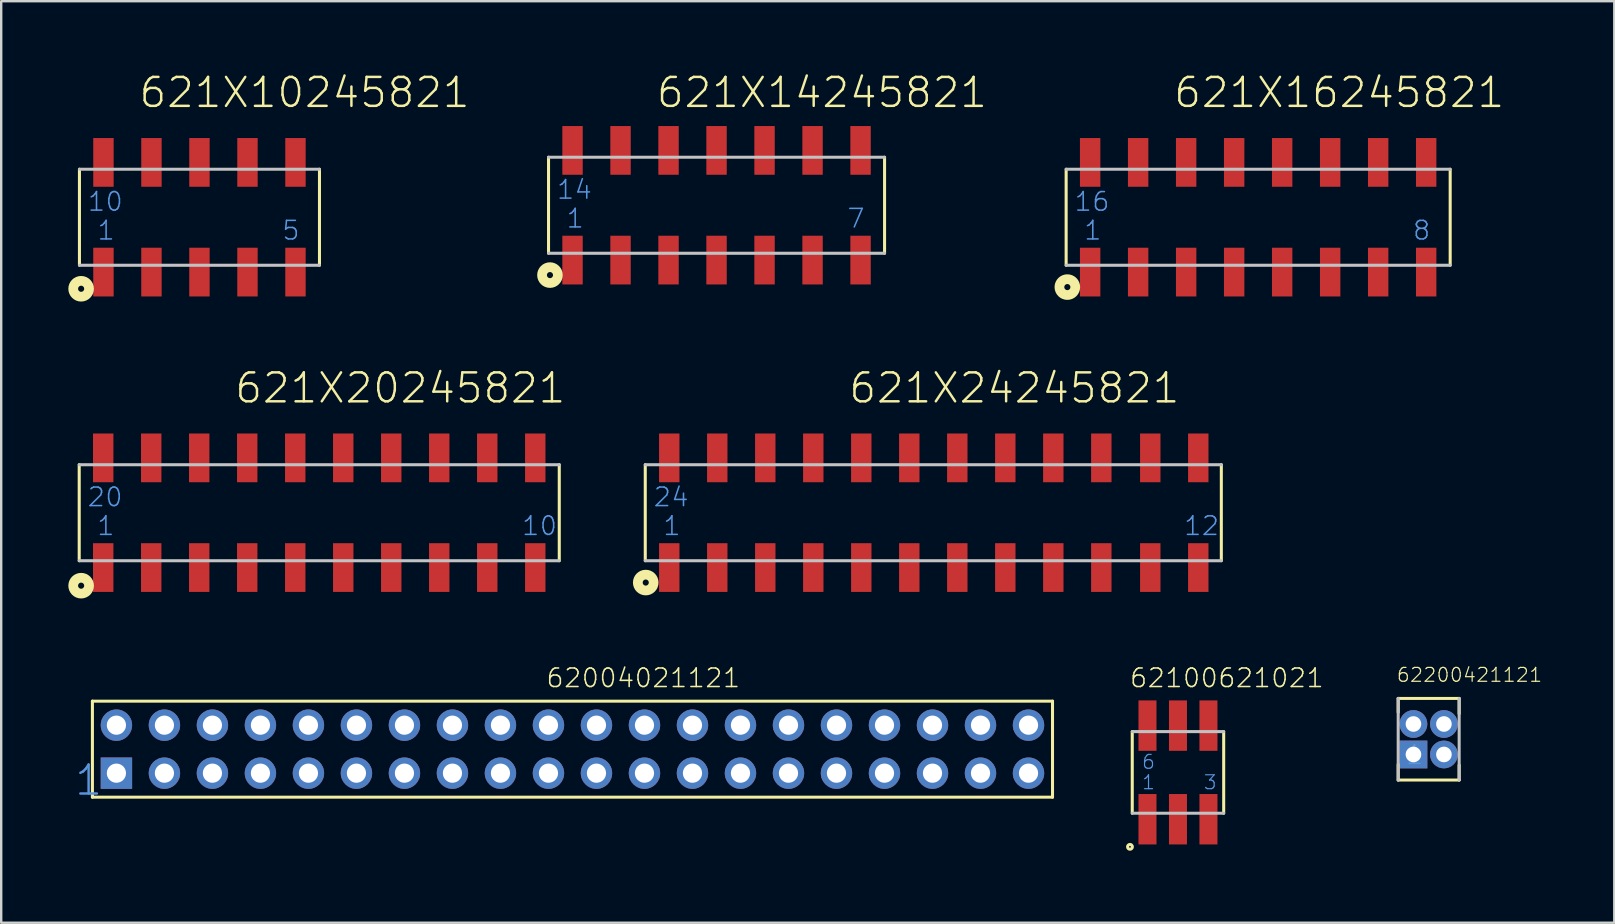
<source format=kicad_pcb>
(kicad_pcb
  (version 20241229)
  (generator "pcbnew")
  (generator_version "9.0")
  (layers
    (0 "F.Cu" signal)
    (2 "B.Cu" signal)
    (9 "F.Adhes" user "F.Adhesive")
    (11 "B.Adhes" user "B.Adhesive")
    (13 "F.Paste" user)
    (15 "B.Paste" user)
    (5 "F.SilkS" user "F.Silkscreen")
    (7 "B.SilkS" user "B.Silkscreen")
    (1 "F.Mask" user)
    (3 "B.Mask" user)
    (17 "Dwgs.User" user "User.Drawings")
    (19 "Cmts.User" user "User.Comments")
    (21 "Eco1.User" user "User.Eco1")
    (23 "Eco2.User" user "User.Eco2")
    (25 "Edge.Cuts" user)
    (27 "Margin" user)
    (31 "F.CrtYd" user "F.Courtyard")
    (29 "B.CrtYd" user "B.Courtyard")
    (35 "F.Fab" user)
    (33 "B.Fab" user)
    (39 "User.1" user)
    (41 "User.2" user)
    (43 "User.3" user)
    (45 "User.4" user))
  (footprint "621X14245821"
    (layer "F.Cu")
    (at 26.803 5.501)
    (property "Reference" "621X14245821" (at -2.567 -3.989 0) (layer "F.SilkS") (effects (font (size 1.206 1.206) (thickness 0.102)) (justify left bottom)))
    (attr through_hole)
    (fp_line (start -7 2) (end -7 -2) (stroke (width 0.127) (type solid)) (layer "F.SilkS"))
    (fp_line (start 7 -2) (end 7 2) (stroke (width 0.127) (type solid)) (layer "F.SilkS"))
    (fp_circle (center -6.94 2.91) (end -6.813 2.91) (stroke (width 0.406) (type solid)) (fill no) (layer "F.SilkS"))
    (fp_line (start -7 -2) (end 7 -2) (stroke (width 0.127) (type solid)) (layer "Dwgs.User"))
    (fp_line (start 7 2) (end -7 2) (stroke (width 0.127) (type solid)) (layer "Dwgs.User"))
    (fp_text user "1" (at -6.3 1 0) (layer "Cmts.User") (effects (font (size 0.772 0.772) (thickness 0.065)) (justify left bottom)))
    (fp_text user "14" (at -6.7 -0.2 0) (layer "Cmts.User") (effects (font (size 0.772 0.772) (thickness 0.065)) (justify left bottom)))
    (fp_text user "7" (at 5.4 1 0) (layer "Cmts.User") (effects (font (size 0.772 0.772) (thickness 0.065)) (justify left bottom)))
    (pad "1" smd rect (at -6 2.285) (size 0.85 2.03) (layers "F.Cu" "F.Mask" "F.Paste"))
    (pad "2" smd rect (at -4 2.285) (size 0.85 2.03) (layers "F.Cu" "F.Mask" "F.Paste"))
    (pad "3" smd rect (at -2 2.285) (size 0.85 2.03) (layers "F.Cu" "F.Mask" "F.Paste"))
    (pad "4" smd rect (at 0 2.285) (size 0.85 2.03) (layers "F.Cu" "F.Mask" "F.Paste"))
    (pad "5" smd rect (at 2 2.285) (size 0.85 2.03) (layers "F.Cu" "F.Mask" "F.Paste"))
    (pad "6" smd rect (at 4 2.285) (size 0.85 2.03) (layers "F.Cu" "F.Mask" "F.Paste"))
    (pad "7" smd rect (at 6 2.285) (size 0.85 2.03) (layers "F.Cu" "F.Mask" "F.Paste"))
    (pad "8" smd rect (at 6 -2.285) (size 0.85 2.03) (layers "F.Cu" "F.Mask" "F.Paste"))
    (pad "9" smd rect (at 4 -2.285) (size 0.85 2.03) (layers "F.Cu" "F.Mask" "F.Paste"))
    (pad "10" smd rect (at 2 -2.285) (size 0.85 2.03) (layers "F.Cu" "F.Mask" "F.Paste"))
    (pad "11" smd rect (at 0 -2.285) (size 0.85 2.03) (layers "F.Cu" "F.Mask" "F.Paste"))
    (pad "12" smd rect (at -2 -2.285) (size 0.85 2.03) (layers "F.Cu" "F.Mask" "F.Paste"))
    (pad "13" smd rect (at -4 -2.285) (size 0.85 2.03) (layers "F.Cu" "F.Mask" "F.Paste"))
    (pad "14" smd rect (at -6 -2.285) (size 0.85 2.03) (layers "F.Cu" "F.Mask" "F.Paste")))
  (footprint "621X24245821"
    (layer "F.Cu")
    (at 35.833 18.311)
    (property "Reference" "621X24245821" (at -3.58 -4.489 0) (layer "F.SilkS") (effects (font (size 1.206 1.206) (thickness 0.102)) (justify left bottom)))
    (attr through_hole)
    (fp_line (start -12 2) (end -12 -2) (stroke (width 0.127) (type solid)) (layer "F.SilkS"))
    (fp_line (start 12 -2) (end 12 2) (stroke (width 0.127) (type solid)) (layer "F.SilkS"))
    (fp_circle (center -11.98 2.91) (end -11.853 2.91) (stroke (width 0.406) (type solid)) (fill no) (layer "F.SilkS"))
    (fp_line (start -12 -2) (end 12 -2) (stroke (width 0.127) (type solid)) (layer "Dwgs.User"))
    (fp_line (start 12 2) (end -12 2) (stroke (width 0.127) (type solid)) (layer "Dwgs.User"))
    (fp_text user "24" (at -11.7 -0.2 0) (layer "Cmts.User") (effects (font (size 0.772 0.772) (thickness 0.065)) (justify left bottom)))
    (fp_text user "1" (at -11.3 1 0) (layer "Cmts.User") (effects (font (size 0.772 0.772) (thickness 0.065)) (justify left bottom)))
    (fp_text user "12" (at 10.4 1 0) (layer "Cmts.User") (effects (font (size 0.772 0.772) (thickness 0.065)) (justify left bottom)))
    (pad "1" smd rect (at -11 2.285) (size 0.85 2.03) (layers "F.Cu" "F.Mask" "F.Paste"))
    (pad "2" smd rect (at -9 2.285) (size 0.85 2.03) (layers "F.Cu" "F.Mask" "F.Paste"))
    (pad "3" smd rect (at -7 2.285) (size 0.85 2.03) (layers "F.Cu" "F.Mask" "F.Paste"))
    (pad "4" smd rect (at -5 2.285) (size 0.85 2.03) (layers "F.Cu" "F.Mask" "F.Paste"))
    (pad "5" smd rect (at -3 2.285) (size 0.85 2.03) (layers "F.Cu" "F.Mask" "F.Paste"))
    (pad "6" smd rect (at -1 2.285) (size 0.85 2.03) (layers "F.Cu" "F.Mask" "F.Paste"))
    (pad "7" smd rect (at 1 2.285) (size 0.85 2.03) (layers "F.Cu" "F.Mask" "F.Paste"))
    (pad "8" smd rect (at 3 2.285) (size 0.85 2.03) (layers "F.Cu" "F.Mask" "F.Paste"))
    (pad "9" smd rect (at 5 2.285) (size 0.85 2.03) (layers "F.Cu" "F.Mask" "F.Paste"))
    (pad "10" smd rect (at 7 2.285) (size 0.85 2.03) (layers "F.Cu" "F.Mask" "F.Paste"))
    (pad "11" smd rect (at 9.04 2.285) (size 0.85 2.03) (layers "F.Cu" "F.Mask" "F.Paste"))
    (pad "12" smd rect (at 11.04 2.285) (size 0.85 2.03) (layers "F.Cu" "F.Mask" "F.Paste"))
    (pad "13" smd rect (at 11.04 -2.285) (size 0.85 2.03) (layers "F.Cu" "F.Mask" "F.Paste"))
    (pad "14" smd rect (at 9.04 -2.285) (size 0.85 2.03) (layers "F.Cu" "F.Mask" "F.Paste"))
    (pad "15" smd rect (at 7 -2.285) (size 0.85 2.03) (layers "F.Cu" "F.Mask" "F.Paste"))
    (pad "16" smd rect (at 5 -2.285) (size 0.85 2.03) (layers "F.Cu" "F.Mask" "F.Paste"))
    (pad "17" smd rect (at 3 -2.285) (size 0.85 2.03) (layers "F.Cu" "F.Mask" "F.Paste"))
    (pad "18" smd rect (at 1 -2.285) (size 0.85 2.03) (layers "F.Cu" "F.Mask" "F.Paste"))
    (pad "19" smd rect (at -1 -2.285) (size 0.85 2.03) (layers "F.Cu" "F.Mask" "F.Paste"))
    (pad "20" smd rect (at -3 -2.285) (size 0.85 2.03) (layers "F.Cu" "F.Mask" "F.Paste"))
    (pad "21" smd rect (at -5 -2.285) (size 0.85 2.03) (layers "F.Cu" "F.Mask" "F.Paste"))
    (pad "22" smd rect (at -7 -2.285) (size 0.85 2.03) (layers "F.Cu" "F.Mask" "F.Paste"))
    (pad "23" smd rect (at -9 -2.285) (size 0.85 2.03) (layers "F.Cu" "F.Mask" "F.Paste"))
    (pad "24" smd rect (at -11 -2.285) (size 0.85 2.03) (layers "F.Cu" "F.Mask" "F.Paste")))
  (footprint "62200421121"
    (layer "F.Cu")
    (at 56.472 27.748)
    (property "Reference" "62200421121" (at -1.364 -2.341 0) (layer "F.SilkS") (effects (font (size 0.579 0.579) (thickness 0.049)) (justify left bottom)))
    (attr through_hole)
    (fp_line (start -1.27 -1.12) (end -1.27 -1.7) (stroke (width 0.127) (type solid)) (layer "F.SilkS"))
    (fp_line (start -1.27 1.05) (end -1.27 1.7) (stroke (width 0.127) (type solid)) (layer "F.SilkS"))
    (fp_line (start -1.27 1.7) (end 1.27 1.7) (stroke (width 0.127) (type solid)) (layer "F.SilkS"))
    (fp_line (start 1.27 -1.7) (end -1.27 -1.7) (stroke (width 0.127) (type solid)) (layer "F.SilkS"))
    (fp_line (start 1.27 -1.06) (end 1.27 -1.7) (stroke (width 0.127) (type solid)) (layer "F.SilkS"))
    (fp_line (start 1.27 1.08) (end 1.27 1.7) (stroke (width 0.127) (type solid)) (layer "F.SilkS"))
    (fp_line (start -1.27 -1.7) (end -1.27 1.7) (stroke (width 0.127) (type solid)) (layer "Dwgs.User"))
    (fp_line (start 1.27 1.7) (end 1.27 -1.7) (stroke (width 0.127) (type solid)) (layer "Dwgs.User"))
    (fp_text user "1" (at -1 1.1 0) (layer "Cmts.User") (effects (font (size 0.772 0.772) (thickness 0.065)) (justify left bottom)))
    (pad "1" thru_hole rect (at -0.635 0.635) (size 1.158 1.158) (drill 0.65) (layers "*.Cu" "*.Mask"))
    (pad "2" thru_hole circle (at 0.635 0.635) (size 1.158 1.158) (drill 0.65) (layers "*.Cu" "*.Mask"))
    (pad "3" thru_hole circle (at 0.635 -0.635) (size 1.158 1.158) (drill 0.65) (layers "*.Cu" "*.Mask"))
    (pad "4" thru_hole circle (at -0.635 -0.635) (size 1.158 1.158) (drill 0.65) (layers "*.Cu" "*.Mask")))
  (footprint "62004021121"
    (layer "F.Cu")
    (at 20.8 28.162)
    (property "Reference" "62004021121" (at -1.136 -2.513 0) (layer "F.SilkS") (effects (font (size 0.772 0.772) (thickness 0.065)) (justify left bottom)))
    (attr through_hole)
    (fp_line (start -20 -2) (end -20 2) (stroke (width 0.127) (type solid)) (layer "F.SilkS"))
    (fp_line (start -20 2) (end 20 2) (stroke (width 0.127) (type solid)) (layer "F.SilkS"))
    (fp_line (start 20 -2) (end -20 -2) (stroke (width 0.127) (type solid)) (layer "F.SilkS"))
    (fp_line (start 20 2) (end 20 -2) (stroke (width 0.127) (type solid)) (layer "F.SilkS"))
    (fp_text user "1" (at -20.8 2 0) (layer "Cmts.User") (effects (font (size 1.206 1.206) (thickness 0.102)) (justify left bottom)))
    (pad "1" thru_hole rect (at -19 1) (size 1.308 1.308) (drill 0.8) (layers "*.Cu" "*.Mask"))
    (pad "2" thru_hole circle (at -17 1) (size 1.308 1.308) (drill 0.8) (layers "*.Cu" "*.Mask"))
    (pad "3" thru_hole circle (at -15 1) (size 1.308 1.308) (drill 0.8) (layers "*.Cu" "*.Mask"))
    (pad "4" thru_hole circle (at -13 1) (size 1.308 1.308) (drill 0.8) (layers "*.Cu" "*.Mask"))
    (pad "5" thru_hole circle (at -11 1) (size 1.308 1.308) (drill 0.8) (layers "*.Cu" "*.Mask"))
    (pad "6" thru_hole circle (at -9 1) (size 1.308 1.308) (drill 0.8) (layers "*.Cu" "*.Mask"))
    (pad "7" thru_hole circle (at -7 1) (size 1.308 1.308) (drill 0.8) (layers "*.Cu" "*.Mask"))
    (pad "8" thru_hole circle (at -5 1) (size 1.308 1.308) (drill 0.8) (layers "*.Cu" "*.Mask"))
    (pad "9" thru_hole circle (at -3 1) (size 1.308 1.308) (drill 0.8) (layers "*.Cu" "*.Mask"))
    (pad "10" thru_hole circle (at -1 1) (size 1.308 1.308) (drill 0.8) (layers "*.Cu" "*.Mask"))
    (pad "11" thru_hole circle (at 1 1) (size 1.308 1.308) (drill 0.8) (layers "*.Cu" "*.Mask"))
    (pad "12" thru_hole circle (at 3 1) (size 1.308 1.308) (drill 0.8) (layers "*.Cu" "*.Mask"))
    (pad "13" thru_hole circle (at 5 1) (size 1.308 1.308) (drill 0.8) (layers "*.Cu" "*.Mask"))
    (pad "14" thru_hole circle (at 7 1) (size 1.308 1.308) (drill 0.8) (layers "*.Cu" "*.Mask"))
    (pad "15" thru_hole circle (at 9 1) (size 1.308 1.308) (drill 0.8) (layers "*.Cu" "*.Mask"))
    (pad "16" thru_hole circle (at 11 1) (size 1.308 1.308) (drill 0.8) (layers "*.Cu" "*.Mask"))
    (pad "17" thru_hole circle (at 13 1) (size 1.308 1.308) (drill 0.8) (layers "*.Cu" "*.Mask"))
    (pad "18" thru_hole circle (at 15 1) (size 1.308 1.308) (drill 0.8) (layers "*.Cu" "*.Mask"))
    (pad "19" thru_hole circle (at 17 1) (size 1.308 1.308) (drill 0.8) (layers "*.Cu" "*.Mask"))
    (pad "20" thru_hole circle (at 19 1) (size 1.308 1.308) (drill 0.8) (layers "*.Cu" "*.Mask"))
    (pad "21" thru_hole circle (at 19 -1) (size 1.308 1.308) (drill 0.8) (layers "*.Cu" "*.Mask"))
    (pad "22" thru_hole circle (at 17 -1) (size 1.308 1.308) (drill 0.8) (layers "*.Cu" "*.Mask"))
    (pad "23" thru_hole circle (at 15 -1) (size 1.308 1.308) (drill 0.8) (layers "*.Cu" "*.Mask"))
    (pad "24" thru_hole circle (at 13 -1) (size 1.308 1.308) (drill 0.8) (layers "*.Cu" "*.Mask"))
    (pad "25" thru_hole circle (at 11 -1) (size 1.308 1.308) (drill 0.8) (layers "*.Cu" "*.Mask"))
    (pad "26" thru_hole circle (at 9 -1) (size 1.308 1.308) (drill 0.8) (layers "*.Cu" "*.Mask"))
    (pad "27" thru_hole circle (at 7 -1) (size 1.308 1.308) (drill 0.8) (layers "*.Cu" "*.Mask"))
    (pad "28" thru_hole circle (at 5 -1) (size 1.308 1.308) (drill 0.8) (layers "*.Cu" "*.Mask"))
    (pad "29" thru_hole circle (at 3 -1) (size 1.308 1.308) (drill 0.8) (layers "*.Cu" "*.Mask"))
    (pad "30" thru_hole circle (at 1 -1) (size 1.308 1.308) (drill 0.8) (layers "*.Cu" "*.Mask"))
    (pad "31" thru_hole circle (at -1 -1) (size 1.308 1.308) (drill 0.8) (layers "*.Cu" "*.Mask"))
    (pad "32" thru_hole circle (at -3 -1) (size 1.308 1.308) (drill 0.8) (layers "*.Cu" "*.Mask"))
    (pad "33" thru_hole circle (at -5 -1) (size 1.308 1.308) (drill 0.8) (layers "*.Cu" "*.Mask"))
    (pad "34" thru_hole circle (at -7 -1) (size 1.308 1.308) (drill 0.8) (layers "*.Cu" "*.Mask"))
    (pad "35" thru_hole circle (at -9 -1) (size 1.308 1.308) (drill 0.8) (layers "*.Cu" "*.Mask"))
    (pad "36" thru_hole circle (at -11 -1) (size 1.308 1.308) (drill 0.8) (layers "*.Cu" "*.Mask"))
    (pad "37" thru_hole circle (at -13 -1) (size 1.308 1.308) (drill 0.8) (layers "*.Cu" "*.Mask"))
    (pad "38" thru_hole circle (at -15 -1) (size 1.308 1.308) (drill 0.8) (layers "*.Cu" "*.Mask"))
    (pad "39" thru_hole circle (at -17 -1) (size 1.308 1.308) (drill 0.8) (layers "*.Cu" "*.Mask"))
    (pad "40" thru_hole circle (at -19 -1) (size 1.308 1.308) (drill 0.8) (layers "*.Cu" "*.Mask")))
  (footprint "621X20245821"
    (layer "F.Cu")
    (at 10.25 18.311)
    (property "Reference" "621X20245821" (at -3.58 -4.489 0) (layer "F.SilkS") (effects (font (size 1.206 1.206) (thickness 0.102)) (justify left bottom)))
    (attr through_hole)
    (fp_line (start -10 2) (end -10 -2) (stroke (width 0.127) (type solid)) (layer "F.SilkS"))
    (fp_line (start 10 -2) (end 10 2) (stroke (width 0.127) (type solid)) (layer "F.SilkS"))
    (fp_circle (center -9.92 3.04) (end -9.793 3.04) (stroke (width 0.406) (type solid)) (fill no) (layer "F.SilkS"))
    (fp_line (start -10 -2) (end 10 -2) (stroke (width 0.127) (type solid)) (layer "Dwgs.User"))
    (fp_line (start 10 2) (end -10 2) (stroke (width 0.127) (type solid)) (layer "Dwgs.User"))
    (fp_text user "10" (at 8.4 1 0) (layer "Cmts.User") (effects (font (size 0.772 0.772) (thickness 0.065)) (justify left bottom)))
    (fp_text user "20" (at -9.7 -0.2 0) (layer "Cmts.User") (effects (font (size 0.772 0.772) (thickness 0.065)) (justify left bottom)))
    (fp_text user "1" (at -9.3 1 0) (layer "Cmts.User") (effects (font (size 0.772 0.772) (thickness 0.065)) (justify left bottom)))
    (pad "1" smd rect (at -9 2.285) (size 0.85 2.03) (layers "F.Cu" "F.Mask" "F.Paste"))
    (pad "2" smd rect (at -7 2.285) (size 0.85 2.03) (layers "F.Cu" "F.Mask" "F.Paste"))
    (pad "3" smd rect (at -5 2.285) (size 0.85 2.03) (layers "F.Cu" "F.Mask" "F.Paste"))
    (pad "4" smd rect (at -3 2.285) (size 0.85 2.03) (layers "F.Cu" "F.Mask" "F.Paste"))
    (pad "5" smd rect (at -1 2.285) (size 0.85 2.03) (layers "F.Cu" "F.Mask" "F.Paste"))
    (pad "6" smd rect (at 1 2.285) (size 0.85 2.03) (layers "F.Cu" "F.Mask" "F.Paste"))
    (pad "7" smd rect (at 3 2.285) (size 0.85 2.03) (layers "F.Cu" "F.Mask" "F.Paste"))
    (pad "8" smd rect (at 5 2.285) (size 0.85 2.03) (layers "F.Cu" "F.Mask" "F.Paste"))
    (pad "9" smd rect (at 7 2.285) (size 0.85 2.03) (layers "F.Cu" "F.Mask" "F.Paste"))
    (pad "10" smd rect (at 9 2.285) (size 0.85 2.03) (layers "F.Cu" "F.Mask" "F.Paste"))
    (pad "11" smd rect (at 9 -2.285) (size 0.85 2.03) (layers "F.Cu" "F.Mask" "F.Paste"))
    (pad "12" smd rect (at 7 -2.285) (size 0.85 2.03) (layers "F.Cu" "F.Mask" "F.Paste"))
    (pad "13" smd rect (at 5 -2.285) (size 0.85 2.03) (layers "F.Cu" "F.Mask" "F.Paste"))
    (pad "14" smd rect (at 3 -2.285) (size 0.85 2.03) (layers "F.Cu" "F.Mask" "F.Paste"))
    (pad "15" smd rect (at 1 -2.285) (size 0.85 2.03) (layers "F.Cu" "F.Mask" "F.Paste"))
    (pad "16" smd rect (at -1 -2.285) (size 0.85 2.03) (layers "F.Cu" "F.Mask" "F.Paste"))
    (pad "17" smd rect (at -3 -2.285) (size 0.85 2.03) (layers "F.Cu" "F.Mask" "F.Paste"))
    (pad "18" smd rect (at -5 -2.285) (size 0.85 2.03) (layers "F.Cu" "F.Mask" "F.Paste"))
    (pad "19" smd rect (at -7 -2.285) (size 0.85 2.03) (layers "F.Cu" "F.Mask" "F.Paste"))
    (pad "20" smd rect (at -9 -2.285) (size 0.85 2.03) (layers "F.Cu" "F.Mask" "F.Paste")))
  (footprint "621X16245821"
    (layer "F.Cu")
    (at 49.368 6.001)
    (property "Reference" "621X16245821" (at -3.58 -4.489 0) (layer "F.SilkS") (effects (font (size 1.206 1.206) (thickness 0.102)) (justify left bottom)))
    (attr through_hole)
    (fp_line (start -8 2) (end -8 -2) (stroke (width 0.127) (type solid)) (layer "F.SilkS"))
    (fp_line (start 8 -2) (end 8 2) (stroke (width 0.127) (type solid)) (layer "F.SilkS"))
    (fp_circle (center -7.95 2.91) (end -7.823 2.91) (stroke (width 0.406) (type solid)) (fill no) (layer "F.SilkS"))
    (fp_line (start -8 -2) (end 8 -2) (stroke (width 0.127) (type solid)) (layer "Dwgs.User"))
    (fp_line (start 8 2) (end -8 2) (stroke (width 0.127) (type solid)) (layer "Dwgs.User"))
    (fp_text user "8" (at 6.4 1 0) (layer "Cmts.User") (effects (font (size 0.772 0.772) (thickness 0.065)) (justify left bottom)))
    (fp_text user "1" (at -7.3 1 0) (layer "Cmts.User") (effects (font (size 0.772 0.772) (thickness 0.065)) (justify left bottom)))
    (fp_text user "16" (at -7.7 -0.2 0) (layer "Cmts.User") (effects (font (size 0.772 0.772) (thickness 0.065)) (justify left bottom)))
    (pad "1" smd rect (at -7 2.285) (size 0.85 2.03) (layers "F.Cu" "F.Mask" "F.Paste"))
    (pad "2" smd rect (at -5 2.285) (size 0.85 2.03) (layers "F.Cu" "F.Mask" "F.Paste"))
    (pad "3" smd rect (at -3 2.285) (size 0.85 2.03) (layers "F.Cu" "F.Mask" "F.Paste"))
    (pad "4" smd rect (at -1 2.285) (size 0.85 2.03) (layers "F.Cu" "F.Mask" "F.Paste"))
    (pad "5" smd rect (at 1 2.285) (size 0.85 2.03) (layers "F.Cu" "F.Mask" "F.Paste"))
    (pad "6" smd rect (at 3 2.285) (size 0.85 2.03) (layers "F.Cu" "F.Mask" "F.Paste"))
    (pad "7" smd rect (at 5 2.285) (size 0.85 2.03) (layers "F.Cu" "F.Mask" "F.Paste"))
    (pad "8" smd rect (at 7 2.285) (size 0.85 2.03) (layers "F.Cu" "F.Mask" "F.Paste"))
    (pad "9" smd rect (at 7 -2.285) (size 0.85 2.03) (layers "F.Cu" "F.Mask" "F.Paste"))
    (pad "10" smd rect (at 5 -2.285) (size 0.85 2.03) (layers "F.Cu" "F.Mask" "F.Paste"))
    (pad "11" smd rect (at 3 -2.285) (size 0.85 2.03) (layers "F.Cu" "F.Mask" "F.Paste"))
    (pad "12" smd rect (at 1 -2.285) (size 0.85 2.03) (layers "F.Cu" "F.Mask" "F.Paste"))
    (pad "13" smd rect (at -1 -2.285) (size 0.85 2.03) (layers "F.Cu" "F.Mask" "F.Paste"))
    (pad "14" smd rect (at -3 -2.285) (size 0.85 2.03) (layers "F.Cu" "F.Mask" "F.Paste"))
    (pad "15" smd rect (at -5 -2.285) (size 0.85 2.03) (layers "F.Cu" "F.Mask" "F.Paste"))
    (pad "16" smd rect (at -7 -2.285) (size 0.85 2.03) (layers "F.Cu" "F.Mask" "F.Paste")))
  (footprint "62100621021"
    (layer "F.Cu")
    (at 46.027 29.131)
    (property "Reference" "62100621021" (at -2.05 -3.482 0) (layer "F.SilkS") (effects (font (size 0.772 0.772) (thickness 0.065)) (justify left bottom)))
    (attr through_hole)
    (fp_line (start -1.905 -1.7) (end -1.905 1.7) (stroke (width 0.127) (type solid)) (layer "F.SilkS"))
    (fp_line (start 1.905 1.7) (end 1.905 -1.7) (stroke (width 0.127) (type solid)) (layer "F.SilkS"))
    (fp_circle (center -2 3.1) (end -1.9 3.1) (stroke (width 0.127) (type solid)) (fill no) (layer "F.SilkS"))
    (fp_line (start -1.905 1.7) (end 1.905 1.7) (stroke (width 0.127) (type solid)) (layer "Dwgs.User"))
    (fp_line (start 1.905 -1.7) (end -1.905 -1.7) (stroke (width 0.127) (type solid)) (layer "Dwgs.User"))
    (fp_text user "6" (at -1.535 -0.1 0) (layer "Cmts.User") (effects (font (size 0.579 0.579) (thickness 0.049)) (justify left bottom)))
    (fp_text user "3" (at 1.035 0.75 0) (layer "Cmts.User") (effects (font (size 0.579 0.579) (thickness 0.049)) (justify left bottom)))
    (fp_text user "1" (at -1.535 0.75 0) (layer "Cmts.User") (effects (font (size 0.579 0.579) (thickness 0.049)) (justify left bottom)))
    (pad "1" smd rect (at -1.27 1.95) (size 0.75 2.1) (layers "F.Cu" "F.Mask" "F.Paste"))
    (pad "2" smd rect (at 0 1.95) (size 0.75 2.1) (layers "F.Cu" "F.Mask" "F.Paste"))
    (pad "3" smd rect (at 1.27 1.95) (size 0.75 2.1) (layers "F.Cu" "F.Mask" "F.Paste"))
    (pad "4" smd rect (at 1.27 -1.95) (size 0.75 2.1) (layers "F.Cu" "F.Mask" "F.Paste"))
    (pad "5" smd rect (at 0 -1.95) (size 0.75 2.1) (layers "F.Cu" "F.Mask" "F.Paste"))
    (pad "6" smd rect (at -1.27 -1.95) (size 0.75 2.1) (layers "F.Cu" "F.Mask" "F.Paste")))
  (footprint "621X10245821"
    (layer "F.Cu")
    (at 5.26 6.001)
    (property "Reference" "621X10245821" (at -2.58 -4.489 0) (layer "F.SilkS") (effects (font (size 1.206 1.206) (thickness 0.102)) (justify left bottom)))
    (attr through_hole)
    (fp_line (start -5 2) (end -5 -2) (stroke (width 0.127) (type solid)) (layer "F.SilkS"))
    (fp_line (start 5 -2) (end 5 2) (stroke (width 0.127) (type solid)) (layer "F.SilkS"))
    (fp_circle (center -4.93 2.98) (end -4.803 2.98) (stroke (width 0.406) (type solid)) (fill no) (layer "F.SilkS"))
    (fp_line (start -5 -2) (end 5 -2) (stroke (width 0.127) (type solid)) (layer "Dwgs.User"))
    (fp_line (start 5 2) (end -5 2) (stroke (width 0.127) (type solid)) (layer "Dwgs.User"))
    (fp_text user "1" (at -4.3 1 0) (layer "Cmts.User") (effects (font (size 0.772 0.772) (thickness 0.065)) (justify left bottom)))
    (fp_text user "10" (at -4.7 -0.2 0) (layer "Cmts.User") (effects (font (size 0.772 0.772) (thickness 0.065)) (justify left bottom)))
    (fp_text user "5" (at 3.4 1 0) (layer "Cmts.User") (effects (font (size 0.772 0.772) (thickness 0.065)) (justify left bottom)))
    (pad "1" smd rect (at -4 2.285) (size 0.85 2.03) (layers "F.Cu" "F.Mask" "F.Paste"))
    (pad "2" smd rect (at -2 2.285) (size 0.85 2.03) (layers "F.Cu" "F.Mask" "F.Paste"))
    (pad "3" smd rect (at 0 2.285) (size 0.85 2.03) (layers "F.Cu" "F.Mask" "F.Paste"))
    (pad "4" smd rect (at 2 2.285) (size 0.85 2.03) (layers "F.Cu" "F.Mask" "F.Paste"))
    (pad "5" smd rect (at 4 2.285) (size 0.85 2.03) (layers "F.Cu" "F.Mask" "F.Paste"))
    (pad "6" smd rect (at 4 -2.285) (size 0.85 2.03) (layers "F.Cu" "F.Mask" "F.Paste"))
    (pad "7" smd rect (at 2 -2.285) (size 0.85 2.03) (layers "F.Cu" "F.Mask" "F.Paste"))
    (pad "8" smd rect (at 0 -2.285) (size 0.85 2.03) (layers "F.Cu" "F.Mask" "F.Paste"))
    (pad "9" smd rect (at -2 -2.285) (size 0.85 2.03) (layers "F.Cu" "F.Mask" "F.Paste"))
    (pad "10" smd rect (at -4 -2.285) (size 0.85 2.03) (layers "F.Cu" "F.Mask" "F.Paste")))
  (gr_rect
    (start -3 -3)
    (end 64.205 35.394)
    (stroke (width 0.1) (type default))
    (fill no)
    (layer "Edge.Cuts")))
</source>
